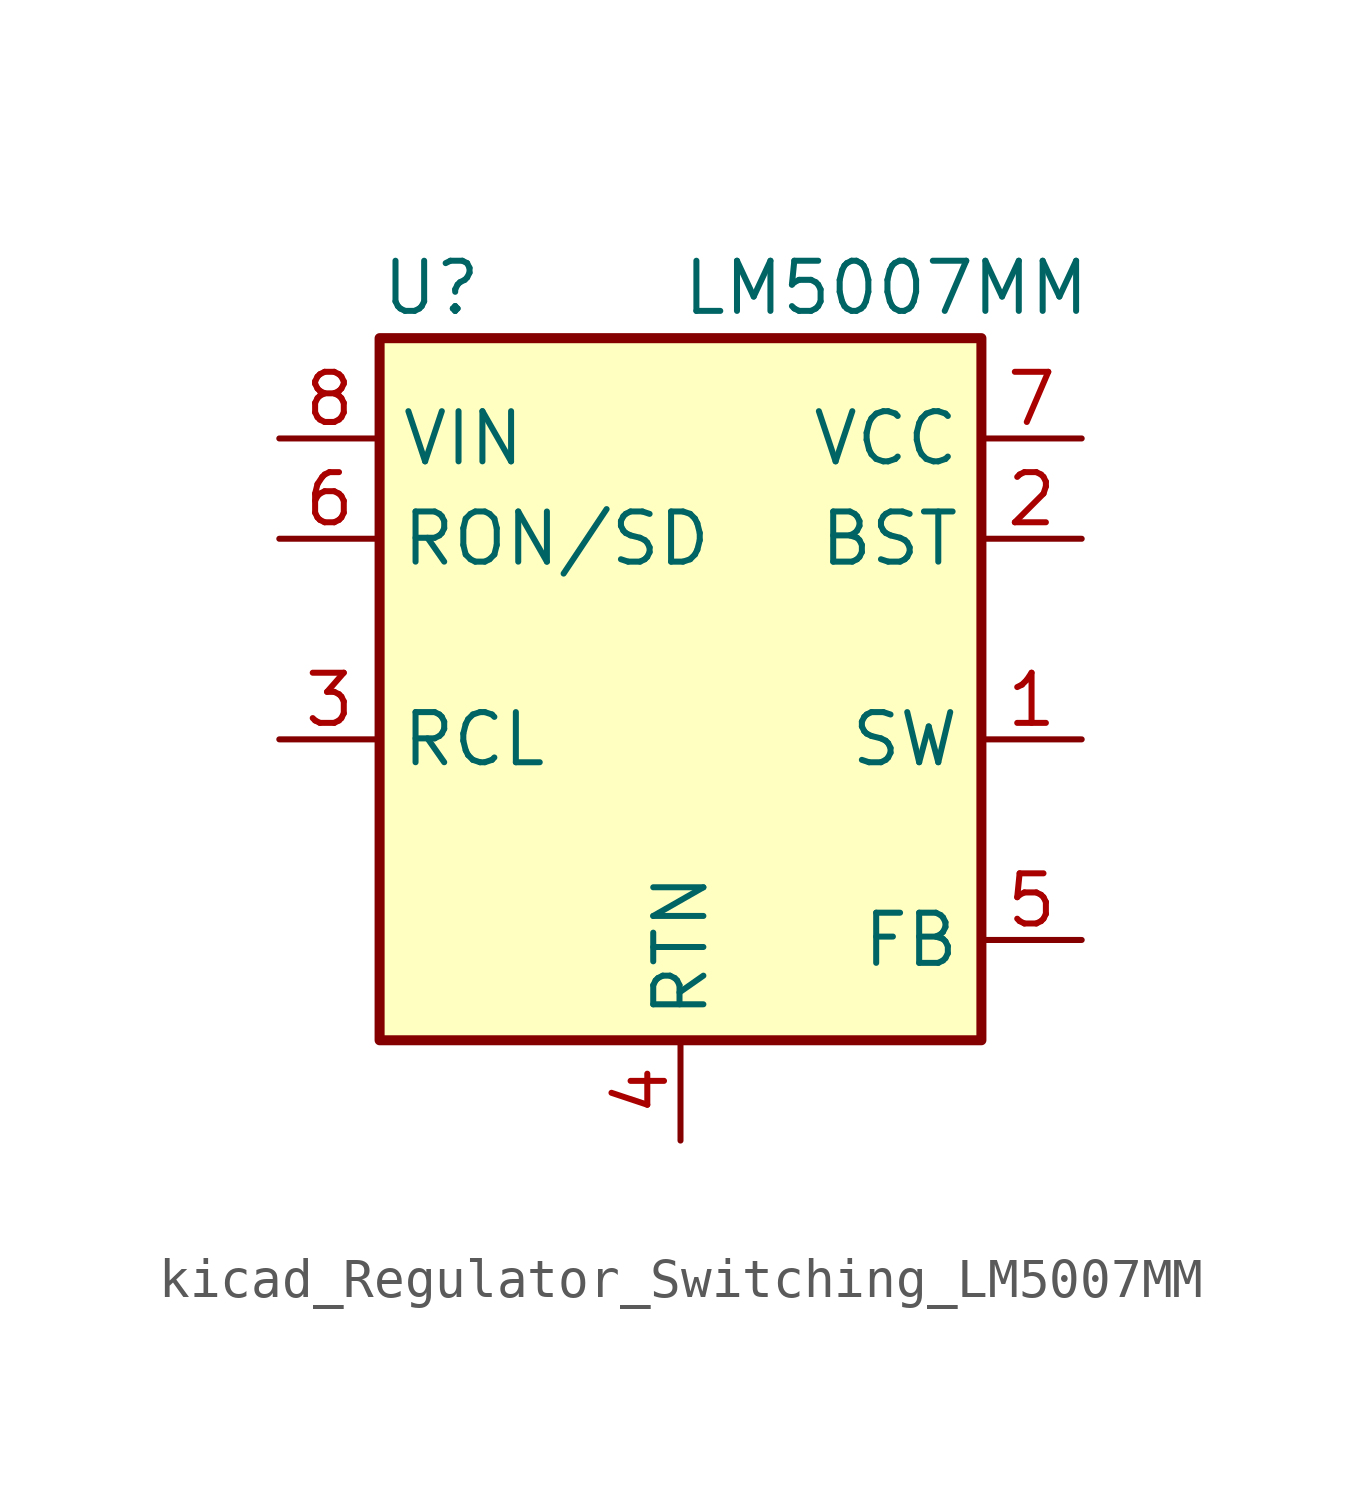
<source format=kicad_sym>
(kicad_symbol_lib
  (version 20220914)
  (generator kicad_symbol_editor)
  (symbol "kicad_Regulator_Switching_LM5007MM"
    (property "Reference" "U"
      (at -7.62 8.89 0)
      (effects (font (size 1.27 1.27)) (justify left)))
    (property "Value" "LM5007MM"
      (at 0 8.89 0)
      (effects (font (size 1.27 1.27)) (justify left)))
    (symbol "kicad_Regulator_Switching_LM5007MM_0_1"
      (rectangle (start -7.62 7.62) (end 7.62 -10.16) (stroke (width 0.254) (type default)) (fill (type background))))
    (symbol "kicad_Regulator_Switching_LM5007MM_1_1"
      (pin output line (at 10.16 -2.54 180) (length 2.54) (name "SW" (effects (font (size 1.27 1.27)))) (number "1" (effects (font (size 1.27 1.27)))))
      (pin input line (at 10.16 2.54 180) (length 2.54) (name "BST" (effects (font (size 1.27 1.27)))) (number "2" (effects (font (size 1.27 1.27)))))
      (pin input line (at -10.16 -2.54 0) (length 2.54) (name "RCL" (effects (font (size 1.27 1.27)))) (number "3" (effects (font (size 1.27 1.27)))))
      (pin power_in line (at 0 -12.7 90) (length 2.54) (name "RTN" (effects (font (size 1.27 1.27)))) (number "4" (effects (font (size 1.27 1.27)))))
      (pin input line (at 10.16 -7.62 180) (length 2.54) (name "FB" (effects (font (size 1.27 1.27)))) (number "5" (effects (font (size 1.27 1.27)))))
      (pin input line (at -10.16 2.54 0) (length 2.54) (name "RON/SD" (effects (font (size 1.27 1.27)))) (number "6" (effects (font (size 1.27 1.27)))))
      (pin output line (at 10.16 5.08 180) (length 2.54) (name "VCC" (effects (font (size 1.27 1.27)))) (number "7" (effects (font (size 1.27 1.27)))))
      (pin power_in line (at -10.16 5.08 0) (length 2.54) (name "VIN" (effects (font (size 1.27 1.27)))) (number "8" (effects (font (size 1.27 1.27))))))))
</source>
